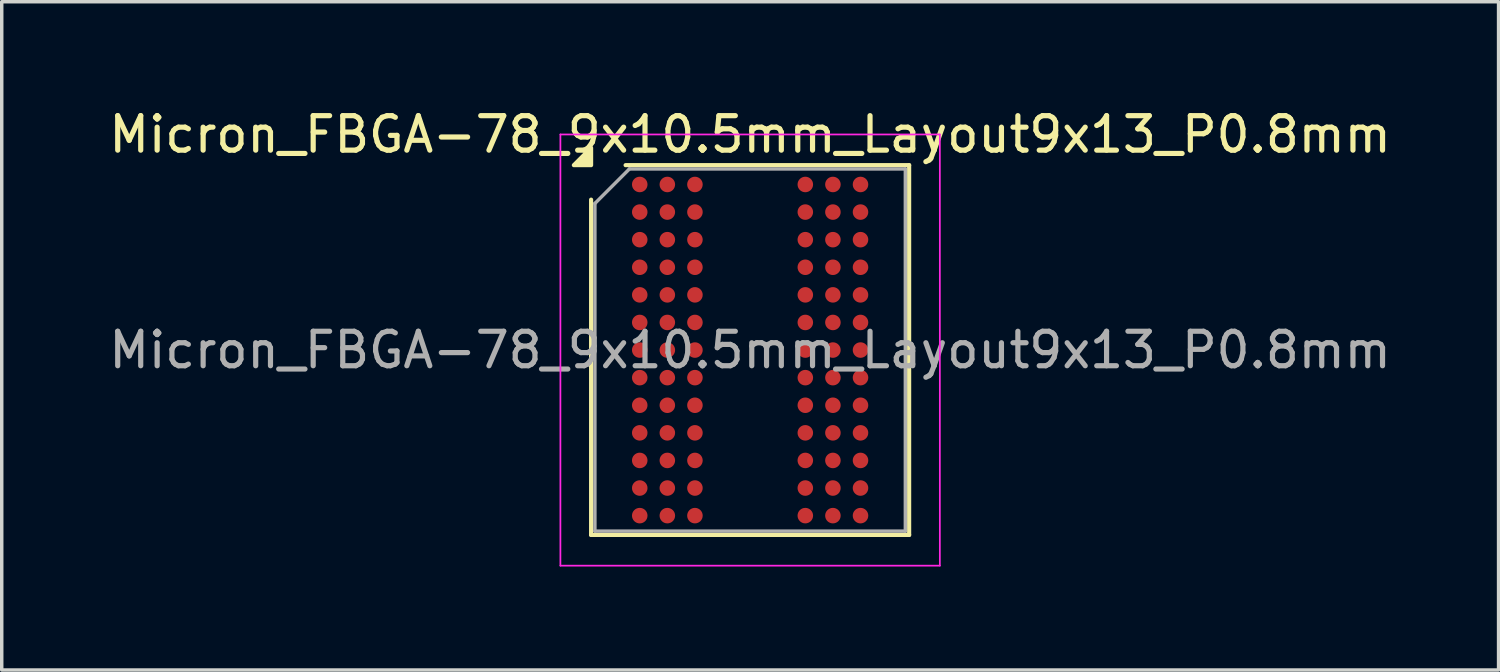
<source format=kicad_pcb>
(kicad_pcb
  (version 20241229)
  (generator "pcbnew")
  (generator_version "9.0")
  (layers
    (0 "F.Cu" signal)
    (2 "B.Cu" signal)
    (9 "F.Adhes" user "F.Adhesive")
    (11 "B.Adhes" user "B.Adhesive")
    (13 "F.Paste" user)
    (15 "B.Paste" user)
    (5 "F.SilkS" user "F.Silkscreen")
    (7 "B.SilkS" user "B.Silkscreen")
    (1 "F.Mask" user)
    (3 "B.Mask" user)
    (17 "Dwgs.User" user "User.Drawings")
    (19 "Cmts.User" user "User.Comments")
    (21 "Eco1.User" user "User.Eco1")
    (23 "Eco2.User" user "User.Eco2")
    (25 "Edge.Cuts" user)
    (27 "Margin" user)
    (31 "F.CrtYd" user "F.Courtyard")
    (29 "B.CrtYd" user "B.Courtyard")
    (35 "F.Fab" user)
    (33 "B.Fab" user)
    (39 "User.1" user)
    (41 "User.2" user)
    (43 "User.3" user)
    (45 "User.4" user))
  (footprint "Micron_FBGA-78_9x10.5mm_Layout9x13_P0.8mm"
    (layer "F.Cu")
    (at 18.696 7.098)
    (property "Reference" "Micron_FBGA-78_9x10.5mm_Layout9x13_P0.8mm" (at 0 -6.25 0) (layer "F.SilkS") (effects (font (size 1 1) (thickness 0.15))))
    (attr smd)
    (fp_line (start -4.61 5.36) (end -4.61 -4.36) (stroke (width 0.12) (type solid)) (layer "F.SilkS"))
    (fp_line (start -3.61 -5.36) (end 4.61 -5.36) (stroke (width 0.12) (type solid)) (layer "F.SilkS"))
    (fp_line (start 4.61 -5.36) (end 4.61 5.36) (stroke (width 0.12) (type solid)) (layer "F.SilkS"))
    (fp_line (start 4.61 5.36) (end -4.61 5.36) (stroke (width 0.12) (type solid)) (layer "F.SilkS"))
    (fp_poly (pts (xy -4.61 -5.36) (xy -5.11 -5.36) (xy -4.61 -5.86) (xy -4.61 -5.36)) (stroke (width 0.12) (type solid)) (fill yes) (layer "F.SilkS"))
    (fp_line (start -5.5 -6.25) (end -5.5 6.25) (stroke (width 0.05) (type solid)) (layer "F.CrtYd"))
    (fp_line (start -5.5 6.25) (end 5.5 6.25) (stroke (width 0.05) (type solid)) (layer "F.CrtYd"))
    (fp_line (start 5.5 -6.25) (end -5.5 -6.25) (stroke (width 0.05) (type solid)) (layer "F.CrtYd"))
    (fp_line (start 5.5 6.25) (end 5.5 -6.25) (stroke (width 0.05) (type solid)) (layer "F.CrtYd"))
    (fp_line (start -4.5 -4.25) (end -3.5 -5.25) (stroke (width 0.1) (type solid)) (layer "F.Fab"))
    (fp_line (start -4.5 5.25) (end -4.5 -4.25) (stroke (width 0.1) (type solid)) (layer "F.Fab"))
    (fp_line (start -3.5 -5.25) (end 4.5 -5.25) (stroke (width 0.1) (type solid)) (layer "F.Fab"))
    (fp_line (start 4.5 -5.25) (end 4.5 5.25) (stroke (width 0.1) (type solid)) (layer "F.Fab"))
    (fp_line (start 4.5 5.25) (end -4.5 5.25) (stroke (width 0.1) (type solid)) (layer "F.Fab"))
    (fp_text user "${REFERENCE}" (at 0 0 0) (layer "F.Fab") (effects (font (size 1 1) (thickness 0.15))))
    (pad "A1" smd circle (at -3.2 -4.8) (size 0.45 0.45) (property pad_prop_bga) (layers "F.Cu" "F.Mask" "F.Paste"))
    (pad "A2" smd circle (at -2.4 -4.8) (size 0.45 0.45) (property pad_prop_bga) (layers "F.Cu" "F.Mask" "F.Paste"))
    (pad "A3" smd circle (at -1.6 -4.8) (size 0.45 0.45) (property pad_prop_bga) (layers "F.Cu" "F.Mask" "F.Paste"))
    (pad "A7" smd circle (at 1.6 -4.8) (size 0.45 0.45) (property pad_prop_bga) (layers "F.Cu" "F.Mask" "F.Paste"))
    (pad "A8" smd circle (at 2.4 -4.8) (size 0.45 0.45) (property pad_prop_bga) (layers "F.Cu" "F.Mask" "F.Paste"))
    (pad "A9" smd circle (at 3.2 -4.8) (size 0.45 0.45) (property pad_prop_bga) (layers "F.Cu" "F.Mask" "F.Paste"))
    (pad "B1" smd circle (at -3.2 -4) (size 0.45 0.45) (property pad_prop_bga) (layers "F.Cu" "F.Mask" "F.Paste"))
    (pad "B2" smd circle (at -2.4 -4) (size 0.45 0.45) (property pad_prop_bga) (layers "F.Cu" "F.Mask" "F.Paste"))
    (pad "B3" smd circle (at -1.6 -4) (size 0.45 0.45) (property pad_prop_bga) (layers "F.Cu" "F.Mask" "F.Paste"))
    (pad "B7" smd circle (at 1.6 -4) (size 0.45 0.45) (property pad_prop_bga) (layers "F.Cu" "F.Mask" "F.Paste"))
    (pad "B8" smd circle (at 2.4 -4) (size 0.45 0.45) (property pad_prop_bga) (layers "F.Cu" "F.Mask" "F.Paste"))
    (pad "B9" smd circle (at 3.2 -4) (size 0.45 0.45) (property pad_prop_bga) (layers "F.Cu" "F.Mask" "F.Paste"))
    (pad "C1" smd circle (at -3.2 -3.2) (size 0.45 0.45) (property pad_prop_bga) (layers "F.Cu" "F.Mask" "F.Paste"))
    (pad "C2" smd circle (at -2.4 -3.2) (size 0.45 0.45) (property pad_prop_bga) (layers "F.Cu" "F.Mask" "F.Paste"))
    (pad "C3" smd circle (at -1.6 -3.2) (size 0.45 0.45) (property pad_prop_bga) (layers "F.Cu" "F.Mask" "F.Paste"))
    (pad "C7" smd circle (at 1.6 -3.2) (size 0.45 0.45) (property pad_prop_bga) (layers "F.Cu" "F.Mask" "F.Paste"))
    (pad "C8" smd circle (at 2.4 -3.2) (size 0.45 0.45) (property pad_prop_bga) (layers "F.Cu" "F.Mask" "F.Paste"))
    (pad "C9" smd circle (at 3.2 -3.2) (size 0.45 0.45) (property pad_prop_bga) (layers "F.Cu" "F.Mask" "F.Paste"))
    (pad "D1" smd circle (at -3.2 -2.4) (size 0.45 0.45) (property pad_prop_bga) (layers "F.Cu" "F.Mask" "F.Paste"))
    (pad "D2" smd circle (at -2.4 -2.4) (size 0.45 0.45) (property pad_prop_bga) (layers "F.Cu" "F.Mask" "F.Paste"))
    (pad "D3" smd circle (at -1.6 -2.4) (size 0.45 0.45) (property pad_prop_bga) (layers "F.Cu" "F.Mask" "F.Paste"))
    (pad "D7" smd circle (at 1.6 -2.4) (size 0.45 0.45) (property pad_prop_bga) (layers "F.Cu" "F.Mask" "F.Paste"))
    (pad "D8" smd circle (at 2.4 -2.4) (size 0.45 0.45) (property pad_prop_bga) (layers "F.Cu" "F.Mask" "F.Paste"))
    (pad "D9" smd circle (at 3.2 -2.4) (size 0.45 0.45) (property pad_prop_bga) (layers "F.Cu" "F.Mask" "F.Paste"))
    (pad "E1" smd circle (at -3.2 -1.6) (size 0.45 0.45) (property pad_prop_bga) (layers "F.Cu" "F.Mask" "F.Paste"))
    (pad "E2" smd circle (at -2.4 -1.6) (size 0.45 0.45) (property pad_prop_bga) (layers "F.Cu" "F.Mask" "F.Paste"))
    (pad "E3" smd circle (at -1.6 -1.6) (size 0.45 0.45) (property pad_prop_bga) (layers "F.Cu" "F.Mask" "F.Paste"))
    (pad "E7" smd circle (at 1.6 -1.6) (size 0.45 0.45) (property pad_prop_bga) (layers "F.Cu" "F.Mask" "F.Paste"))
    (pad "E8" smd circle (at 2.4 -1.6) (size 0.45 0.45) (property pad_prop_bga) (layers "F.Cu" "F.Mask" "F.Paste"))
    (pad "E9" smd circle (at 3.2 -1.6) (size 0.45 0.45) (property pad_prop_bga) (layers "F.Cu" "F.Mask" "F.Paste"))
    (pad "F1" smd circle (at -3.2 -0.8) (size 0.45 0.45) (property pad_prop_bga) (layers "F.Cu" "F.Mask" "F.Paste"))
    (pad "F2" smd circle (at -2.4 -0.8) (size 0.45 0.45) (property pad_prop_bga) (layers "F.Cu" "F.Mask" "F.Paste"))
    (pad "F3" smd circle (at -1.6 -0.8) (size 0.45 0.45) (property pad_prop_bga) (layers "F.Cu" "F.Mask" "F.Paste"))
    (pad "F7" smd circle (at 1.6 -0.8) (size 0.45 0.45) (property pad_prop_bga) (layers "F.Cu" "F.Mask" "F.Paste"))
    (pad "F8" smd circle (at 2.4 -0.8) (size 0.45 0.45) (property pad_prop_bga) (layers "F.Cu" "F.Mask" "F.Paste"))
    (pad "F9" smd circle (at 3.2 -0.8) (size 0.45 0.45) (property pad_prop_bga) (layers "F.Cu" "F.Mask" "F.Paste"))
    (pad "G1" smd circle (at -3.2 0) (size 0.45 0.45) (property pad_prop_bga) (layers "F.Cu" "F.Mask" "F.Paste"))
    (pad "G2" smd circle (at -2.4 0) (size 0.45 0.45) (property pad_prop_bga) (layers "F.Cu" "F.Mask" "F.Paste"))
    (pad "G3" smd circle (at -1.6 0) (size 0.45 0.45) (property pad_prop_bga) (layers "F.Cu" "F.Mask" "F.Paste"))
    (pad "G7" smd circle (at 1.6 0) (size 0.45 0.45) (property pad_prop_bga) (layers "F.Cu" "F.Mask" "F.Paste"))
    (pad "G8" smd circle (at 2.4 0) (size 0.45 0.45) (property pad_prop_bga) (layers "F.Cu" "F.Mask" "F.Paste"))
    (pad "G9" smd circle (at 3.2 0) (size 0.45 0.45) (property pad_prop_bga) (layers "F.Cu" "F.Mask" "F.Paste"))
    (pad "H1" smd circle (at -3.2 0.8) (size 0.45 0.45) (property pad_prop_bga) (layers "F.Cu" "F.Mask" "F.Paste"))
    (pad "H2" smd circle (at -2.4 0.8) (size 0.45 0.45) (property pad_prop_bga) (layers "F.Cu" "F.Mask" "F.Paste"))
    (pad "H3" smd circle (at -1.6 0.8) (size 0.45 0.45) (property pad_prop_bga) (layers "F.Cu" "F.Mask" "F.Paste"))
    (pad "H7" smd circle (at 1.6 0.8) (size 0.45 0.45) (property pad_prop_bga) (layers "F.Cu" "F.Mask" "F.Paste"))
    (pad "H8" smd circle (at 2.4 0.8) (size 0.45 0.45) (property pad_prop_bga) (layers "F.Cu" "F.Mask" "F.Paste"))
    (pad "H9" smd circle (at 3.2 0.8) (size 0.45 0.45) (property pad_prop_bga) (layers "F.Cu" "F.Mask" "F.Paste"))
    (pad "J1" smd circle (at -3.2 1.6) (size 0.45 0.45) (property pad_prop_bga) (layers "F.Cu" "F.Mask" "F.Paste"))
    (pad "J2" smd circle (at -2.4 1.6) (size 0.45 0.45) (property pad_prop_bga) (layers "F.Cu" "F.Mask" "F.Paste"))
    (pad "J3" smd circle (at -1.6 1.6) (size 0.45 0.45) (property pad_prop_bga) (layers "F.Cu" "F.Mask" "F.Paste"))
    (pad "J7" smd circle (at 1.6 1.6) (size 0.45 0.45) (property pad_prop_bga) (layers "F.Cu" "F.Mask" "F.Paste"))
    (pad "J8" smd circle (at 2.4 1.6) (size 0.45 0.45) (property pad_prop_bga) (layers "F.Cu" "F.Mask" "F.Paste"))
    (pad "J9" smd circle (at 3.2 1.6) (size 0.45 0.45) (property pad_prop_bga) (layers "F.Cu" "F.Mask" "F.Paste"))
    (pad "K1" smd circle (at -3.2 2.4) (size 0.45 0.45) (property pad_prop_bga) (layers "F.Cu" "F.Mask" "F.Paste"))
    (pad "K2" smd circle (at -2.4 2.4) (size 0.45 0.45) (property pad_prop_bga) (layers "F.Cu" "F.Mask" "F.Paste"))
    (pad "K3" smd circle (at -1.6 2.4) (size 0.45 0.45) (property pad_prop_bga) (layers "F.Cu" "F.Mask" "F.Paste"))
    (pad "K7" smd circle (at 1.6 2.4) (size 0.45 0.45) (property pad_prop_bga) (layers "F.Cu" "F.Mask" "F.Paste"))
    (pad "K8" smd circle (at 2.4 2.4) (size 0.45 0.45) (property pad_prop_bga) (layers "F.Cu" "F.Mask" "F.Paste"))
    (pad "K9" smd circle (at 3.2 2.4) (size 0.45 0.45) (property pad_prop_bga) (layers "F.Cu" "F.Mask" "F.Paste"))
    (pad "L1" smd circle (at -3.2 3.2) (size 0.45 0.45) (property pad_prop_bga) (layers "F.Cu" "F.Mask" "F.Paste"))
    (pad "L2" smd circle (at -2.4 3.2) (size 0.45 0.45) (property pad_prop_bga) (layers "F.Cu" "F.Mask" "F.Paste"))
    (pad "L3" smd circle (at -1.6 3.2) (size 0.45 0.45) (property pad_prop_bga) (layers "F.Cu" "F.Mask" "F.Paste"))
    (pad "L7" smd circle (at 1.6 3.2) (size 0.45 0.45) (property pad_prop_bga) (layers "F.Cu" "F.Mask" "F.Paste"))
    (pad "L8" smd circle (at 2.4 3.2) (size 0.45 0.45) (property pad_prop_bga) (layers "F.Cu" "F.Mask" "F.Paste"))
    (pad "L9" smd circle (at 3.2 3.2) (size 0.45 0.45) (property pad_prop_bga) (layers "F.Cu" "F.Mask" "F.Paste"))
    (pad "M1" smd circle (at -3.2 4) (size 0.45 0.45) (property pad_prop_bga) (layers "F.Cu" "F.Mask" "F.Paste"))
    (pad "M2" smd circle (at -2.4 4) (size 0.45 0.45) (property pad_prop_bga) (layers "F.Cu" "F.Mask" "F.Paste"))
    (pad "M3" smd circle (at -1.6 4) (size 0.45 0.45) (property pad_prop_bga) (layers "F.Cu" "F.Mask" "F.Paste"))
    (pad "M7" smd circle (at 1.6 4) (size 0.45 0.45) (property pad_prop_bga) (layers "F.Cu" "F.Mask" "F.Paste"))
    (pad "M8" smd circle (at 2.4 4) (size 0.45 0.45) (property pad_prop_bga) (layers "F.Cu" "F.Mask" "F.Paste"))
    (pad "M9" smd circle (at 3.2 4) (size 0.45 0.45) (property pad_prop_bga) (layers "F.Cu" "F.Mask" "F.Paste"))
    (pad "N1" smd circle (at -3.2 4.8) (size 0.45 0.45) (property pad_prop_bga) (layers "F.Cu" "F.Mask" "F.Paste"))
    (pad "N2" smd circle (at -2.4 4.8) (size 0.45 0.45) (property pad_prop_bga) (layers "F.Cu" "F.Mask" "F.Paste"))
    (pad "N3" smd circle (at -1.6 4.8) (size 0.45 0.45) (property pad_prop_bga) (layers "F.Cu" "F.Mask" "F.Paste"))
    (pad "N7" smd circle (at 1.6 4.8) (size 0.45 0.45) (property pad_prop_bga) (layers "F.Cu" "F.Mask" "F.Paste"))
    (pad "N8" smd circle (at 2.4 4.8) (size 0.45 0.45) (property pad_prop_bga) (layers "F.Cu" "F.Mask" "F.Paste"))
    (pad "N9" smd circle (at 3.2 4.8) (size 0.45 0.45) (property pad_prop_bga) (layers "F.Cu" "F.Mask" "F.Paste")))
  (gr_rect
    (start -3 -3)
    (end 40.393 16.373)
    (stroke (width 0.1) (type default))
    (fill no)
    (layer "Edge.Cuts")))
</source>
